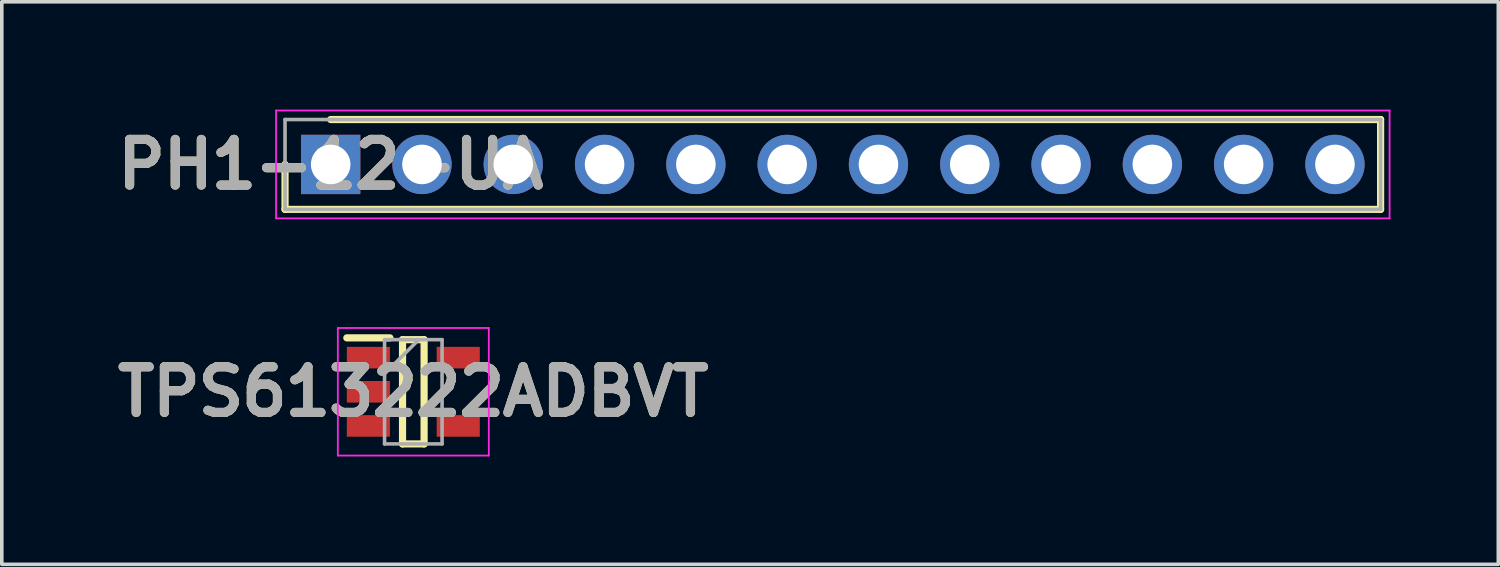
<source format=kicad_pcb>
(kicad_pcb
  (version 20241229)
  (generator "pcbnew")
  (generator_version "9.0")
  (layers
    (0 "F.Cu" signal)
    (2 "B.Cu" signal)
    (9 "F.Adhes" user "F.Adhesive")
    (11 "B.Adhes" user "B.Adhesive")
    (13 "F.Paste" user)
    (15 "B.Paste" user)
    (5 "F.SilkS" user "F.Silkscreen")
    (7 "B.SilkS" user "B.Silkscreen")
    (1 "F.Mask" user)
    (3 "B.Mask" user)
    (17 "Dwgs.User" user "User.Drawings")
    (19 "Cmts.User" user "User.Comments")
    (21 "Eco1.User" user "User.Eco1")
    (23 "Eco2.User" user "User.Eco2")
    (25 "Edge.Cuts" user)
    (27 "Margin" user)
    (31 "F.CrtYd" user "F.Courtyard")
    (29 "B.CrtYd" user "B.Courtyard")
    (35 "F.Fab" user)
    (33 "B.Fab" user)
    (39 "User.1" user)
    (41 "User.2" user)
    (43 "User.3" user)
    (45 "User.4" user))
  (footprint "PH1-12-UA"
    (layer "F.Cu")
    (at 6.15 1.525)
    (property "Reference" "PH1-12-UA" (at 0 0 0) (layer "F.SilkS") (effects (font (size 1.27 1.27) (thickness 0.254))))
    (attr through_hole)
    (fp_line (start -1.27 0) (end -1.27 1.25) (stroke (width 0.2) (type solid)) (layer "F.SilkS"))
    (fp_line (start -1.27 1.25) (end 29.21 1.25) (stroke (width 0.2) (type solid)) (layer "F.SilkS"))
    (fp_line (start 29.21 -1.25) (end 0 -1.25) (stroke (width 0.2) (type solid)) (layer "F.SilkS"))
    (fp_line (start 29.21 1.25) (end 29.21 -1.25) (stroke (width 0.2) (type solid)) (layer "F.SilkS"))
    (fp_line (start -1.52 -1.5) (end 29.46 -1.5) (stroke (width 0.05) (type solid)) (layer "F.CrtYd"))
    (fp_line (start -1.52 1.5) (end -1.52 -1.5) (stroke (width 0.05) (type solid)) (layer "F.CrtYd"))
    (fp_line (start 29.46 -1.5) (end 29.46 1.5) (stroke (width 0.05) (type solid)) (layer "F.CrtYd"))
    (fp_line (start 29.46 1.5) (end -1.52 1.5) (stroke (width 0.05) (type solid)) (layer "F.CrtYd"))
    (fp_line (start -1.27 -1.25) (end 29.21 -1.25) (stroke (width 0.1) (type solid)) (layer "F.Fab"))
    (fp_line (start -1.27 1.25) (end -1.27 -1.25) (stroke (width 0.1) (type solid)) (layer "F.Fab"))
    (fp_line (start 29.21 -1.25) (end 29.21 1.25) (stroke (width 0.1) (type solid)) (layer "F.Fab"))
    (fp_line (start 29.21 1.25) (end -1.27 1.25) (stroke (width 0.1) (type solid)) (layer "F.Fab"))
    (fp_text user "${REFERENCE}" (at 0 0 0) (layer "F.Fab") (effects (font (size 1.27 1.27) (thickness 0.254))))
    (pad "1" thru_hole rect (at 0 0) (size 1.65 1.65) (drill 1.1) (layers "*.Cu" "*.Mask"))
    (pad "2" thru_hole circle (at 2.54 0) (size 1.65 1.65) (drill 1.1) (layers "*.Cu" "*.Mask"))
    (pad "3" thru_hole circle (at 5.08 0) (size 1.65 1.65) (drill 1.1) (layers "*.Cu" "*.Mask"))
    (pad "4" thru_hole circle (at 7.62 0) (size 1.65 1.65) (drill 1.1) (layers "*.Cu" "*.Mask"))
    (pad "5" thru_hole circle (at 10.16 0) (size 1.65 1.65) (drill 1.1) (layers "*.Cu" "*.Mask"))
    (pad "6" thru_hole circle (at 12.7 0) (size 1.65 1.65) (drill 1.1) (layers "*.Cu" "*.Mask"))
    (pad "7" thru_hole circle (at 15.24 0) (size 1.65 1.65) (drill 1.1) (layers "*.Cu" "*.Mask"))
    (pad "8" thru_hole circle (at 17.78 0) (size 1.65 1.65) (drill 1.1) (layers "*.Cu" "*.Mask"))
    (pad "9" thru_hole circle (at 20.32 0) (size 1.65 1.65) (drill 1.1) (layers "*.Cu" "*.Mask"))
    (pad "10" thru_hole circle (at 22.86 0) (size 1.65 1.65) (drill 1.1) (layers "*.Cu" "*.Mask"))
    (pad "11" thru_hole circle (at 25.4 0) (size 1.65 1.65) (drill 1.1) (layers "*.Cu" "*.Mask"))
    (pad "12" thru_hole circle (at 27.94 0) (size 1.65 1.65) (drill 1.1) (layers "*.Cu" "*.Mask")))
  (footprint "TPS613222ADBVT"
    (layer "F.Cu")
    (at 8.449 7.85)
    (property "Reference" "TPS613222ADBVT" (at 0 0 0) (layer "F.SilkS") (effects (font (size 1.27 1.27) (thickness 0.254))))
    (attr smd)
    (fp_line (start -1.85 -1.5) (end -0.65 -1.5) (stroke (width 0.2) (type solid)) (layer "F.SilkS"))
    (fp_line (start -0.3 -1.45) (end 0.3 -1.45) (stroke (width 0.2) (type solid)) (layer "F.SilkS"))
    (fp_line (start -0.3 1.45) (end -0.3 -1.45) (stroke (width 0.2) (type solid)) (layer "F.SilkS"))
    (fp_line (start 0.3 -1.45) (end 0.3 1.45) (stroke (width 0.2) (type solid)) (layer "F.SilkS"))
    (fp_line (start 0.3 1.45) (end -0.3 1.45) (stroke (width 0.2) (type solid)) (layer "F.SilkS"))
    (fp_line (start -2.1 -1.775) (end 2.1 -1.775) (stroke (width 0.05) (type solid)) (layer "F.CrtYd"))
    (fp_line (start -2.1 1.775) (end -2.1 -1.775) (stroke (width 0.05) (type solid)) (layer "F.CrtYd"))
    (fp_line (start 2.1 -1.775) (end 2.1 1.775) (stroke (width 0.05) (type solid)) (layer "F.CrtYd"))
    (fp_line (start 2.1 1.775) (end -2.1 1.775) (stroke (width 0.05) (type solid)) (layer "F.CrtYd"))
    (fp_line (start -0.8 -1.45) (end 0.8 -1.45) (stroke (width 0.1) (type solid)) (layer "F.Fab"))
    (fp_line (start -0.8 -0.5) (end 0.15 -1.45) (stroke (width 0.1) (type solid)) (layer "F.Fab"))
    (fp_line (start -0.8 1.45) (end -0.8 -1.45) (stroke (width 0.1) (type solid)) (layer "F.Fab"))
    (fp_line (start 0.8 -1.45) (end 0.8 1.45) (stroke (width 0.1) (type solid)) (layer "F.Fab"))
    (fp_line (start 0.8 1.45) (end -0.8 1.45) (stroke (width 0.1) (type solid)) (layer "F.Fab"))
    (fp_text user "${REFERENCE}" (at 0 0 0) (layer "F.Fab") (effects (font (size 1.27 1.27) (thickness 0.254))))
    (pad "1" smd rect (at -1.25 -0.95 90) (size 0.6 1.2) (layers "F.Cu" "F.Mask" "F.Paste"))
    (pad "2" smd rect (at -1.25 0 90) (size 0.6 1.2) (layers "F.Cu" "F.Mask" "F.Paste"))
    (pad "3" smd rect (at -1.25 0.95 90) (size 0.6 1.2) (layers "F.Cu" "F.Mask" "F.Paste"))
    (pad "4" smd rect (at 1.25 0.95 90) (size 0.6 1.2) (layers "F.Cu" "F.Mask" "F.Paste"))
    (pad "5" smd rect (at 1.25 -0.95 90) (size 0.6 1.2) (layers "F.Cu" "F.Mask" "F.Paste")))
  (gr_rect
    (start -3 -3)
    (end 38.635 12.65)
    (stroke (width 0.1) (type default))
    (fill no)
    (layer "Edge.Cuts")))
</source>
